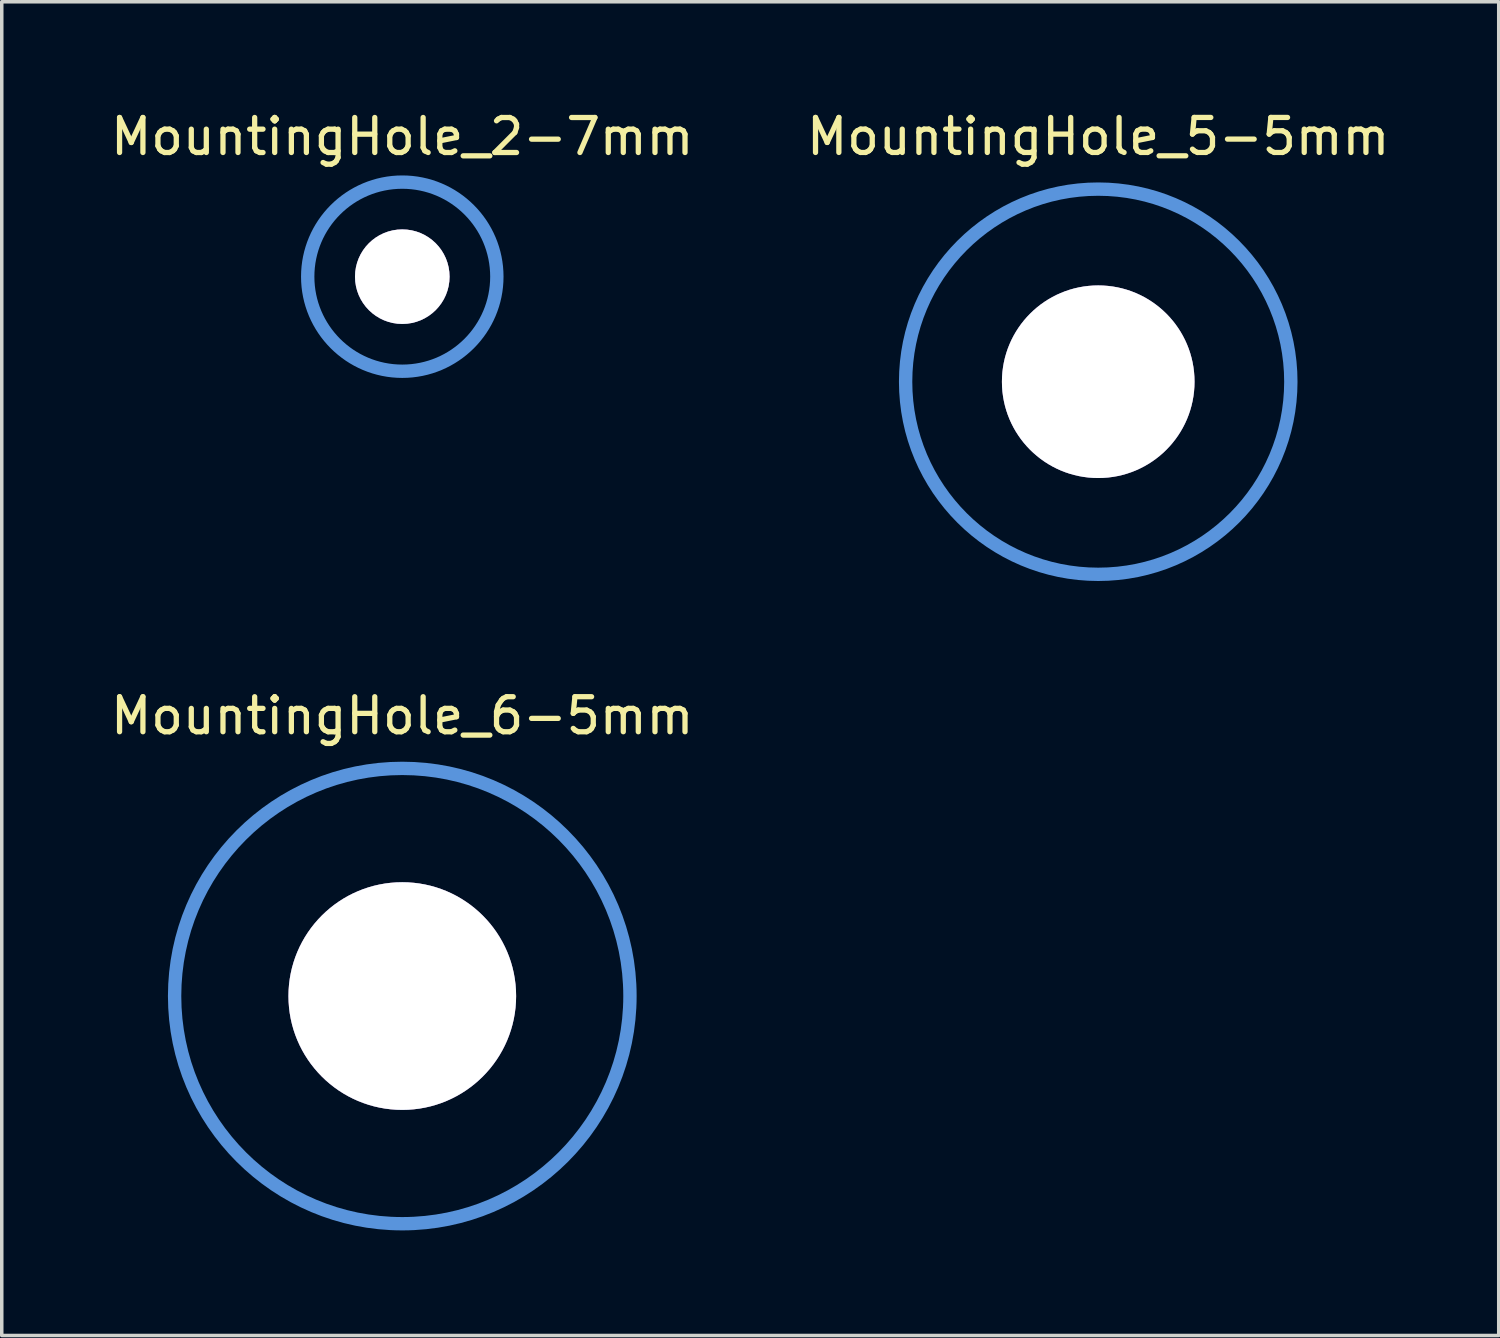
<source format=kicad_pcb>
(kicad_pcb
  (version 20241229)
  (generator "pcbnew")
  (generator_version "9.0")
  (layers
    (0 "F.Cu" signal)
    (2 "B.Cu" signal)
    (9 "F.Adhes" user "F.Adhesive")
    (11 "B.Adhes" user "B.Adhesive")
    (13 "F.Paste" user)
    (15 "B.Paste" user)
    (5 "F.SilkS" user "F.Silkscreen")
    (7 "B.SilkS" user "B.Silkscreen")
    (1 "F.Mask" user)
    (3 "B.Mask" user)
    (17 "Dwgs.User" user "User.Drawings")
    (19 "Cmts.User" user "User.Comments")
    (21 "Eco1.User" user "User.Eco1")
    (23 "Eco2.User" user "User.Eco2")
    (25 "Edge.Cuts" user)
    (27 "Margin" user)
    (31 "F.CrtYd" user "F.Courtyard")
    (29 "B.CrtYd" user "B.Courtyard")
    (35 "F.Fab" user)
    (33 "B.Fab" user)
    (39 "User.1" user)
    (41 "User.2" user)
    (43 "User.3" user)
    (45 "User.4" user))
  (footprint "MountingHole_2-7mm"
    (layer "F.Cu")
    (at 8.435 4.849)
    (property "Reference" "MountingHole_2-7mm" (at 0 -4 0) (layer "F.SilkS") (effects (font (size 1 1) (thickness 0.15))))
    (attr through_hole)
    (fp_circle (center 0 0) (end 2.7 0) (stroke (width 0.381) (type solid)) (fill no) (layer "Cmts.User"))
    (pad "" thru_hole circle (at 0 0) (size 2.7 2.7) (drill 2.7) (layers)))
  (footprint "MountingHole_5-5mm"
    (layer "F.Cu")
    (at 28.304 7.848)
    (property "Reference" "MountingHole_5-5mm" (at 0 -7 0) (layer "F.SilkS") (effects (font (size 1 1) (thickness 0.15))))
    (attr through_hole)
    (fp_circle (center 0 0) (end 5.499 0) (stroke (width 0.381) (type solid)) (fill no) (layer "Cmts.User"))
    (pad "" thru_hole circle (at 0 0) (size 5.499 5.499) (drill 5.499) (layers)))
  (footprint "MountingHole_6-5mm"
    (layer "F.Cu")
    (at 8.435 25.387)
    (property "Reference" "MountingHole_6-5mm" (at 0 -8.001 0) (layer "F.SilkS") (effects (font (size 1 1) (thickness 0.15))))
    (attr through_hole)
    (fp_circle (center 0 0) (end 6.5 0) (stroke (width 0.381) (type solid)) (fill no) (layer "Cmts.User"))
    (pad "" thru_hole circle (at 0 0) (size 6.5 6.5) (drill 6.5) (layers)))
  (gr_rect
    (start -3 -3)
    (end 39.738 35.078)
    (stroke (width 0.1) (type default))
    (fill no)
    (layer "Edge.Cuts")))
</source>
